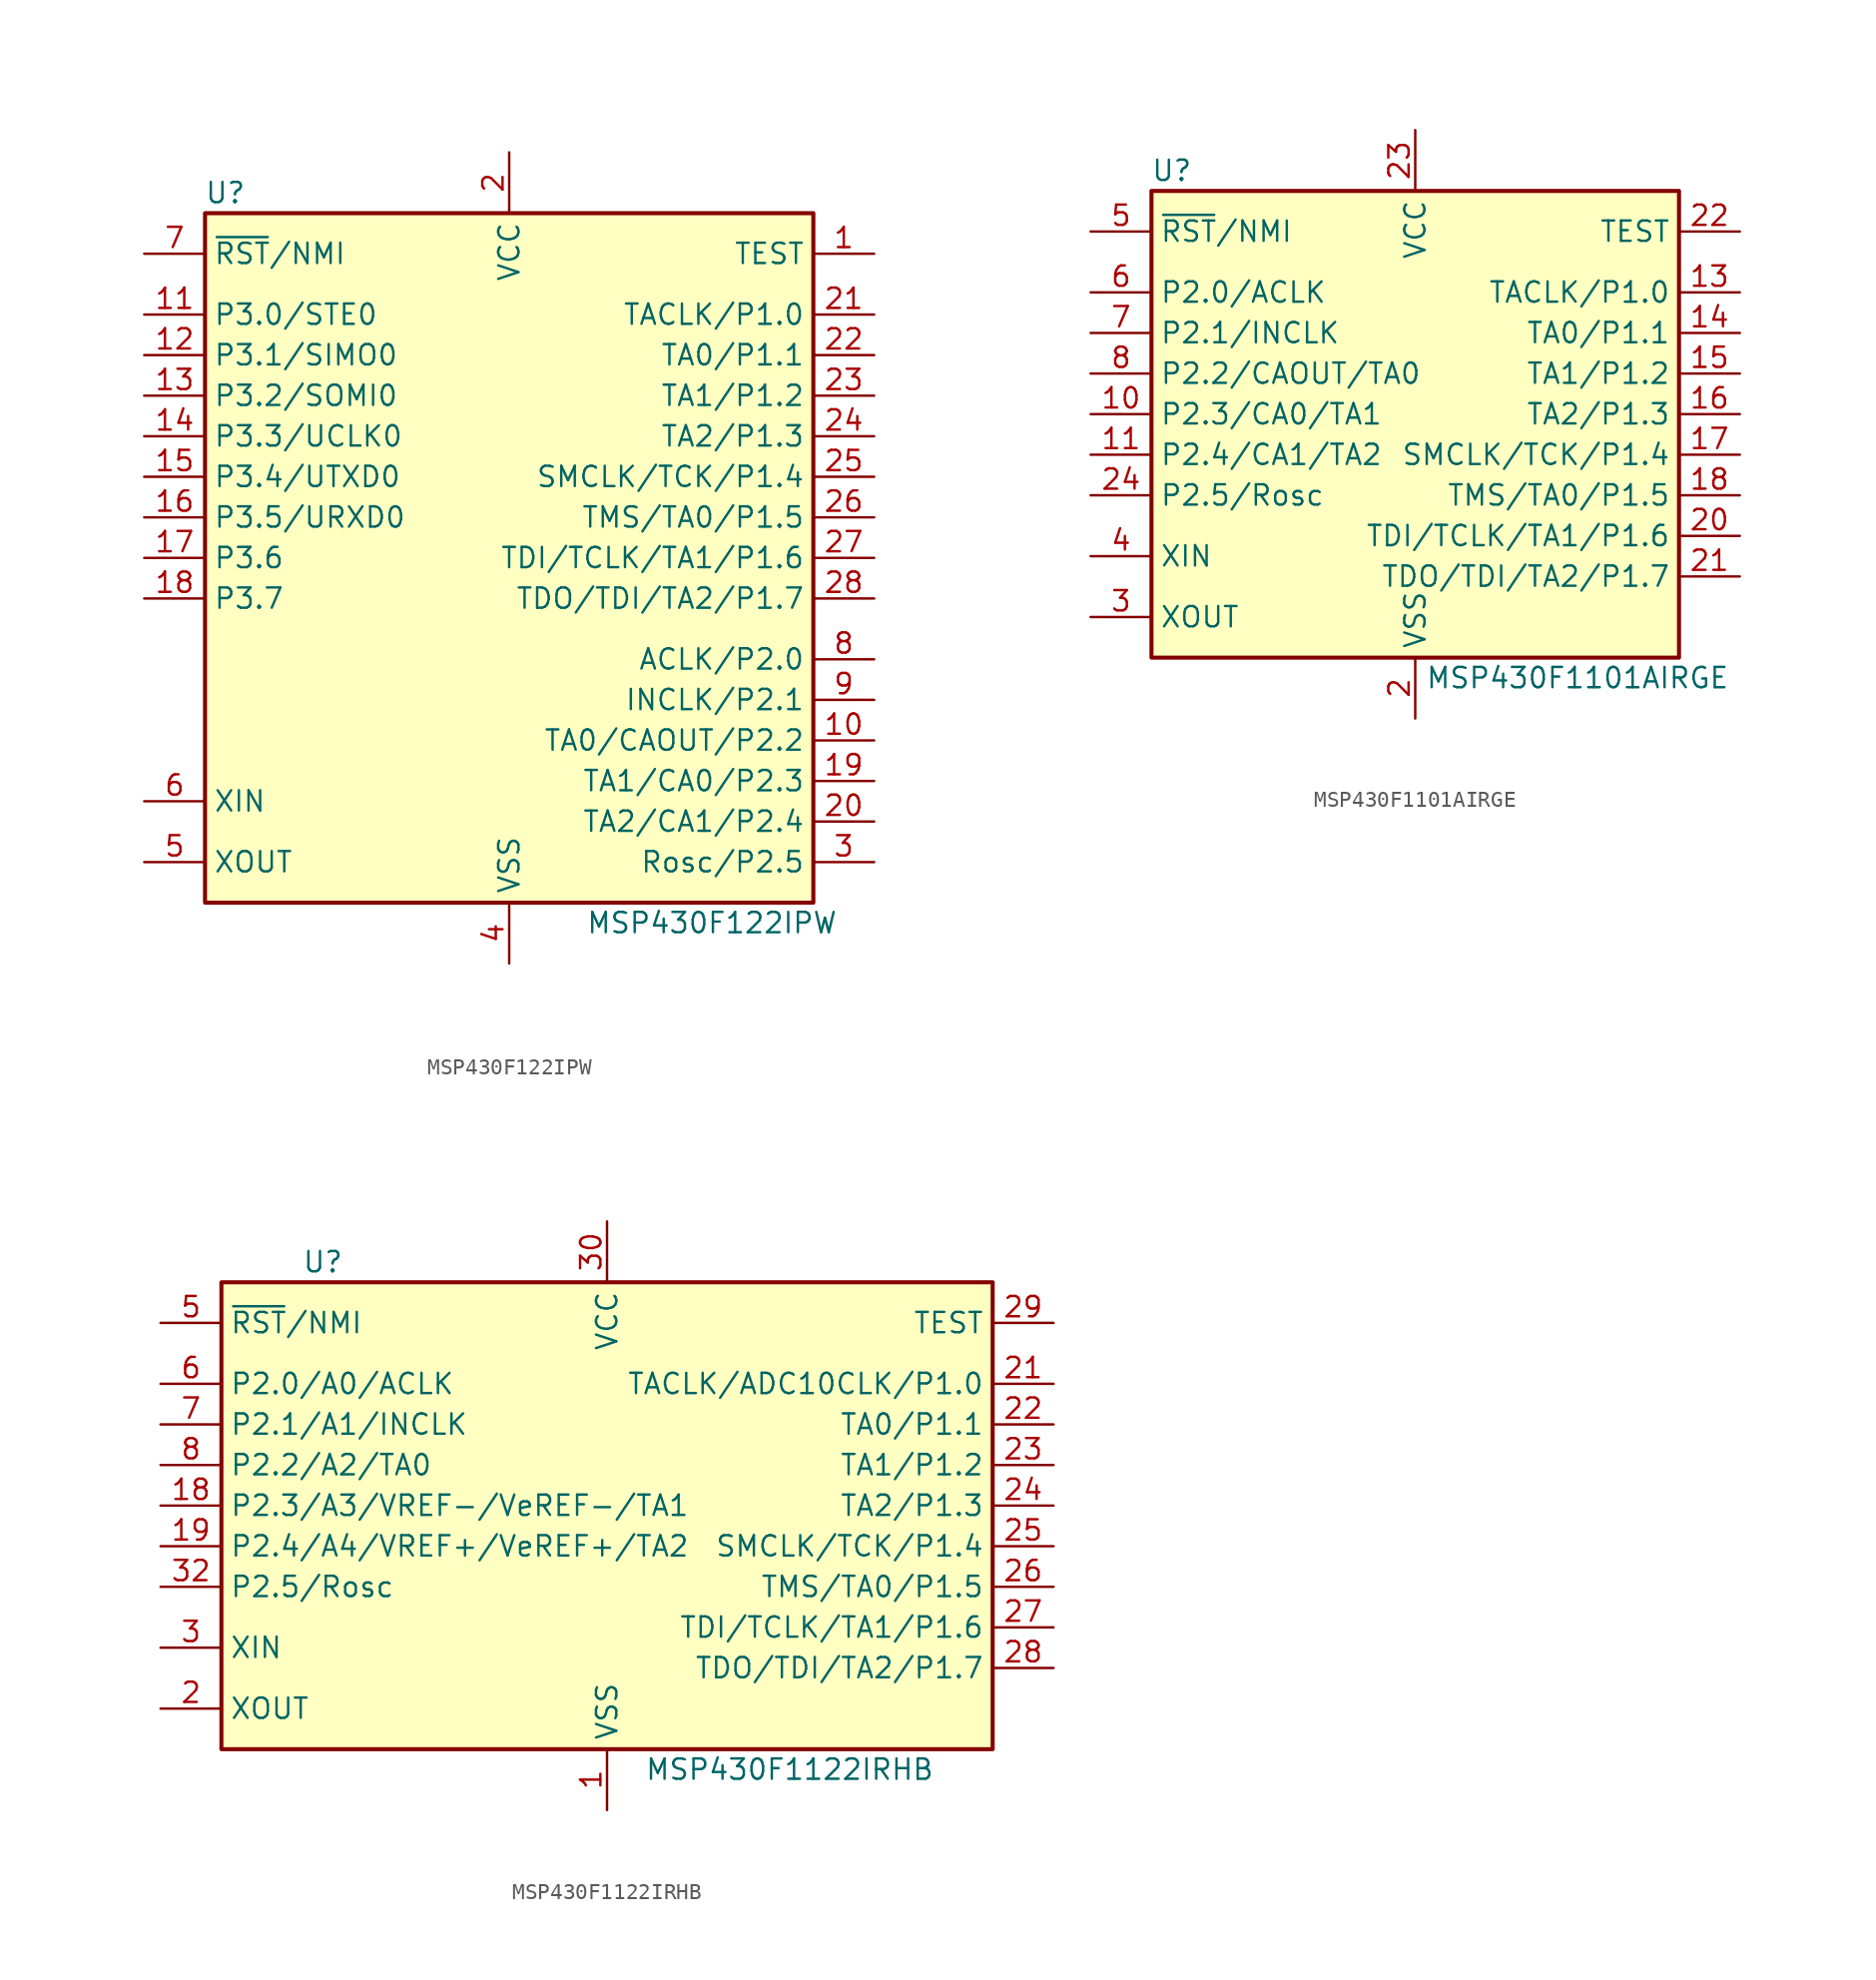
<source format=kicad_sym>
(kicad_symbol_lib
  (version 20211014)
  (generator kicad_symbol_editor)
  (symbol "MSP430F122IPW"
    (property "Reference" "U"
      (at -17.78 22.86 0)
      (effects (font (size 1.27 1.27))))
    (property "Value" "MSP430F122IPW"
      (at 12.7 -22.86 0)
      (effects (font (size 1.27 1.27))))
    (symbol "MSP430F122IPW_0_1"
      (rectangle (start -19.05 21.59) (end 19.05 -21.59) (stroke (width 0.254) (type default) (color 0 0 0 0)) (fill (type background))))
    (symbol "MSP430F122IPW_1_1"
      (pin input line (at 22.86 19.05 180) (length 3.81) (name "TEST" (effects (font (size 1.27 1.27)))) (number "1" (effects (font (size 1.27 1.27)))))
      (pin bidirectional line (at 22.86 -11.43 180) (length 3.81) (name "TA0/CAOUT/P2.2" (effects (font (size 1.27 1.27)))) (number "10" (effects (font (size 1.27 1.27)))))
      (pin bidirectional line (at -22.86 15.24 0) (length 3.81) (name "P3.0/STE0" (effects (font (size 1.27 1.27)))) (number "11" (effects (font (size 1.27 1.27)))))
      (pin bidirectional line (at -22.86 12.7 0) (length 3.81) (name "P3.1/SIMO0" (effects (font (size 1.27 1.27)))) (number "12" (effects (font (size 1.27 1.27)))))
      (pin bidirectional line (at -22.86 10.16 0) (length 3.81) (name "P3.2/SOMI0" (effects (font (size 1.27 1.27)))) (number "13" (effects (font (size 1.27 1.27)))))
      (pin bidirectional line (at -22.86 7.62 0) (length 3.81) (name "P3.3/UCLK0" (effects (font (size 1.27 1.27)))) (number "14" (effects (font (size 1.27 1.27)))))
      (pin bidirectional line (at -22.86 5.08 0) (length 3.81) (name "P3.4/UTXD0" (effects (font (size 1.27 1.27)))) (number "15" (effects (font (size 1.27 1.27)))))
      (pin bidirectional line (at -22.86 2.54 0) (length 3.81) (name "P3.5/URXD0" (effects (font (size 1.27 1.27)))) (number "16" (effects (font (size 1.27 1.27)))))
      (pin bidirectional line (at -22.86 0 0) (length 3.81) (name "P3.6" (effects (font (size 1.27 1.27)))) (number "17" (effects (font (size 1.27 1.27)))))
      (pin bidirectional line (at -22.86 -2.54 0) (length 3.81) (name "P3.7" (effects (font (size 1.27 1.27)))) (number "18" (effects (font (size 1.27 1.27)))))
      (pin bidirectional line (at 22.86 -13.97 180) (length 3.81) (name "TA1/CA0/P2.3" (effects (font (size 1.27 1.27)))) (number "19" (effects (font (size 1.27 1.27)))))
      (pin power_in line (at 0 25.4 270) (length 3.81) (name "VCC" (effects (font (size 1.27 1.27)))) (number "2" (effects (font (size 1.27 1.27)))))
      (pin bidirectional line (at 22.86 -16.51 180) (length 3.81) (name "TA2/CA1/P2.4" (effects (font (size 1.27 1.27)))) (number "20" (effects (font (size 1.27 1.27)))))
      (pin bidirectional line (at 22.86 15.24 180) (length 3.81) (name "TACLK/P1.0" (effects (font (size 1.27 1.27)))) (number "21" (effects (font (size 1.27 1.27)))))
      (pin bidirectional line (at 22.86 12.7 180) (length 3.81) (name "TA0/P1.1" (effects (font (size 1.27 1.27)))) (number "22" (effects (font (size 1.27 1.27)))))
      (pin bidirectional line (at 22.86 10.16 180) (length 3.81) (name "TA1/P1.2" (effects (font (size 1.27 1.27)))) (number "23" (effects (font (size 1.27 1.27)))))
      (pin bidirectional line (at 22.86 7.62 180) (length 3.81) (name "TA2/P1.3" (effects (font (size 1.27 1.27)))) (number "24" (effects (font (size 1.27 1.27)))))
      (pin bidirectional line (at 22.86 5.08 180) (length 3.81) (name "SMCLK/TCK/P1.4" (effects (font (size 1.27 1.27)))) (number "25" (effects (font (size 1.27 1.27)))))
      (pin bidirectional line (at 22.86 2.54 180) (length 3.81) (name "TMS/TA0/P1.5" (effects (font (size 1.27 1.27)))) (number "26" (effects (font (size 1.27 1.27)))))
      (pin bidirectional line (at 22.86 0 180) (length 3.81) (name "TDI/TCLK/TA1/P1.6" (effects (font (size 1.27 1.27)))) (number "27" (effects (font (size 1.27 1.27)))))
      (pin bidirectional line (at 22.86 -2.54 180) (length 3.81) (name "TDO/TDI/TA2/P1.7" (effects (font (size 1.27 1.27)))) (number "28" (effects (font (size 1.27 1.27)))))
      (pin bidirectional line (at 22.86 -19.05 180) (length 3.81) (name "Rosc/P2.5" (effects (font (size 1.27 1.27)))) (number "3" (effects (font (size 1.27 1.27)))))
      (pin power_in line (at 0 -25.4 90) (length 3.81) (name "VSS" (effects (font (size 1.27 1.27)))) (number "4" (effects (font (size 1.27 1.27)))))
      (pin output line (at -22.86 -19.05 0) (length 3.81) (name "XOUT" (effects (font (size 1.27 1.27)))) (number "5" (effects (font (size 1.27 1.27)))))
      (pin input line (at -22.86 -15.24 0) (length 3.81) (name "XIN" (effects (font (size 1.27 1.27)))) (number "6" (effects (font (size 1.27 1.27)))))
      (pin input line (at -22.86 19.05 0) (length 3.81) (name "~{RST}/NMI" (effects (font (size 1.27 1.27)))) (number "7" (effects (font (size 1.27 1.27)))))
      (pin bidirectional line (at 22.86 -6.35 180) (length 3.81) (name "ACLK/P2.0" (effects (font (size 1.27 1.27)))) (number "8" (effects (font (size 1.27 1.27)))))
      (pin bidirectional line (at 22.86 -8.89 180) (length 3.81) (name "INCLK/P2.1" (effects (font (size 1.27 1.27)))) (number "9" (effects (font (size 1.27 1.27)))))))
  (symbol "MSP430F1101AIRGE"
    (property "Reference" "U"
      (at -15.24 15.24 0)
      (effects (font (size 1.27 1.27))))
    (property "Value" "MSP430F1101AIRGE"
      (at 10.16 -16.51 0)
      (effects (font (size 1.27 1.27))))
    (symbol "MSP430F1101AIRGE_0_1"
      (rectangle (start -16.51 13.97) (end 16.51 -15.24) (stroke (width 0.254) (type default) (color 0 0 0 0)) (fill (type background))))
    (symbol "MSP430F1101AIRGE_1_1"
      (pin bidirectional line (at -20.32 0 0) (length 3.81) (name "P2.3/CA0/TA1" (effects (font (size 1.27 1.27)))) (number "10" (effects (font (size 1.27 1.27)))))
      (pin bidirectional line (at -20.32 -2.54 0) (length 3.81) (name "P2.4/CA1/TA2" (effects (font (size 1.27 1.27)))) (number "11" (effects (font (size 1.27 1.27)))))
      (pin bidirectional line (at 20.32 7.62 180) (length 3.81) (name "TACLK/P1.0" (effects (font (size 1.27 1.27)))) (number "13" (effects (font (size 1.27 1.27)))))
      (pin bidirectional line (at 20.32 5.08 180) (length 3.81) (name "TA0/P1.1" (effects (font (size 1.27 1.27)))) (number "14" (effects (font (size 1.27 1.27)))))
      (pin bidirectional line (at 20.32 2.54 180) (length 3.81) (name "TA1/P1.2" (effects (font (size 1.27 1.27)))) (number "15" (effects (font (size 1.27 1.27)))))
      (pin bidirectional line (at 20.32 0 180) (length 3.81) (name "TA2/P1.3" (effects (font (size 1.27 1.27)))) (number "16" (effects (font (size 1.27 1.27)))))
      (pin bidirectional line (at 20.32 -2.54 180) (length 3.81) (name "SMCLK/TCK/P1.4" (effects (font (size 1.27 1.27)))) (number "17" (effects (font (size 1.27 1.27)))))
      (pin bidirectional line (at 20.32 -5.08 180) (length 3.81) (name "TMS/TA0/P1.5" (effects (font (size 1.27 1.27)))) (number "18" (effects (font (size 1.27 1.27)))))
      (pin power_in line (at 0 -19.05 90) (length 3.81) (name "VSS" (effects (font (size 1.27 1.27)))) (number "2" (effects (font (size 1.27 1.27)))))
      (pin bidirectional line (at 20.32 -7.62 180) (length 3.81) (name "TDI/TCLK/TA1/P1.6" (effects (font (size 1.27 1.27)))) (number "20" (effects (font (size 1.27 1.27)))))
      (pin bidirectional line (at 20.32 -10.16 180) (length 3.81) (name "TDO/TDI/TA2/P1.7" (effects (font (size 1.27 1.27)))) (number "21" (effects (font (size 1.27 1.27)))))
      (pin input line (at 20.32 11.43 180) (length 3.81) (name "TEST" (effects (font (size 1.27 1.27)))) (number "22" (effects (font (size 1.27 1.27)))))
      (pin power_in line (at 0 17.78 270) (length 3.81) (name "VCC" (effects (font (size 1.27 1.27)))) (number "23" (effects (font (size 1.27 1.27)))))
      (pin bidirectional line (at -20.32 -5.08 0) (length 3.81) (name "P2.5/Rosc" (effects (font (size 1.27 1.27)))) (number "24" (effects (font (size 1.27 1.27)))))
      (pin output line (at -20.32 -12.7 0) (length 3.81) (name "XOUT" (effects (font (size 1.27 1.27)))) (number "3" (effects (font (size 1.27 1.27)))))
      (pin input line (at -20.32 -8.89 0) (length 3.81) (name "XIN" (effects (font (size 1.27 1.27)))) (number "4" (effects (font (size 1.27 1.27)))))
      (pin input line (at -20.32 11.43 0) (length 3.81) (name "~{RST}/NMI" (effects (font (size 1.27 1.27)))) (number "5" (effects (font (size 1.27 1.27)))))
      (pin bidirectional line (at -20.32 7.62 0) (length 3.81) (name "P2.0/ACLK" (effects (font (size 1.27 1.27)))) (number "6" (effects (font (size 1.27 1.27)))))
      (pin bidirectional line (at -20.32 5.08 0) (length 3.81) (name "P2.1/INCLK" (effects (font (size 1.27 1.27)))) (number "7" (effects (font (size 1.27 1.27)))))
      (pin bidirectional line (at -20.32 2.54 0) (length 3.81) (name "P2.2/CAOUT/TA0" (effects (font (size 1.27 1.27)))) (number "8" (effects (font (size 1.27 1.27)))))))
  (symbol "MSP430F1122IRHB"
    (property "Reference" "U"
      (at -17.78 15.24 0)
      (effects (font (size 1.27 1.27))))
    (property "Value" "MSP430F1122IRHB"
      (at 11.43 -16.51 0)
      (effects (font (size 1.27 1.27))))
    (symbol "MSP430F1122IRHB_0_1"
      (rectangle (start -24.13 13.97) (end 24.13 -15.24) (stroke (width 0.254) (type default) (color 0 0 0 0)) (fill (type background))))
    (symbol "MSP430F1122IRHB_1_1"
      (pin power_in line (at 0 -19.05 90) (length 3.81) (name "VSS" (effects (font (size 1.27 1.27)))) (number "1" (effects (font (size 1.27 1.27)))))
      (pin bidirectional line (at -27.94 0 0) (length 3.81) (name "P2.3/A3/VREF-/VeREF-/TA1" (effects (font (size 1.27 1.27)))) (number "18" (effects (font (size 1.27 1.27)))))
      (pin bidirectional line (at -27.94 -2.54 0) (length 3.81) (name "P2.4/A4/VREF+/VeREF+/TA2" (effects (font (size 1.27 1.27)))) (number "19" (effects (font (size 1.27 1.27)))))
      (pin output line (at -27.94 -12.7 0) (length 3.81) (name "XOUT" (effects (font (size 1.27 1.27)))) (number "2" (effects (font (size 1.27 1.27)))))
      (pin bidirectional line (at 27.94 7.62 180) (length 3.81) (name "TACLK/ADC10CLK/P1.0" (effects (font (size 1.27 1.27)))) (number "21" (effects (font (size 1.27 1.27)))))
      (pin bidirectional line (at 27.94 5.08 180) (length 3.81) (name "TA0/P1.1" (effects (font (size 1.27 1.27)))) (number "22" (effects (font (size 1.27 1.27)))))
      (pin bidirectional line (at 27.94 2.54 180) (length 3.81) (name "TA1/P1.2" (effects (font (size 1.27 1.27)))) (number "23" (effects (font (size 1.27 1.27)))))
      (pin bidirectional line (at 27.94 0 180) (length 3.81) (name "TA2/P1.3" (effects (font (size 1.27 1.27)))) (number "24" (effects (font (size 1.27 1.27)))))
      (pin bidirectional line (at 27.94 -2.54 180) (length 3.81) (name "SMCLK/TCK/P1.4" (effects (font (size 1.27 1.27)))) (number "25" (effects (font (size 1.27 1.27)))))
      (pin bidirectional line (at 27.94 -5.08 180) (length 3.81) (name "TMS/TA0/P1.5" (effects (font (size 1.27 1.27)))) (number "26" (effects (font (size 1.27 1.27)))))
      (pin bidirectional line (at 27.94 -7.62 180) (length 3.81) (name "TDI/TCLK/TA1/P1.6" (effects (font (size 1.27 1.27)))) (number "27" (effects (font (size 1.27 1.27)))))
      (pin bidirectional line (at 27.94 -10.16 180) (length 3.81) (name "TDO/TDI/TA2/P1.7" (effects (font (size 1.27 1.27)))) (number "28" (effects (font (size 1.27 1.27)))))
      (pin input line (at 27.94 11.43 180) (length 3.81) (name "TEST" (effects (font (size 1.27 1.27)))) (number "29" (effects (font (size 1.27 1.27)))))
      (pin input line (at -27.94 -8.89 0) (length 3.81) (name "XIN" (effects (font (size 1.27 1.27)))) (number "3" (effects (font (size 1.27 1.27)))))
      (pin power_in line (at 0 17.78 270) (length 3.81) (name "VCC" (effects (font (size 1.27 1.27)))) (number "30" (effects (font (size 1.27 1.27)))))
      (pin bidirectional line (at -27.94 -5.08 0) (length 3.81) (name "P2.5/Rosc" (effects (font (size 1.27 1.27)))) (number "32" (effects (font (size 1.27 1.27)))))
      (pin input line (at -27.94 11.43 0) (length 3.81) (name "~{RST}/NMI" (effects (font (size 1.27 1.27)))) (number "5" (effects (font (size 1.27 1.27)))))
      (pin bidirectional line (at -27.94 7.62 0) (length 3.81) (name "P2.0/A0/ACLK" (effects (font (size 1.27 1.27)))) (number "6" (effects (font (size 1.27 1.27)))))
      (pin bidirectional line (at -27.94 5.08 0) (length 3.81) (name "P2.1/A1/INCLK" (effects (font (size 1.27 1.27)))) (number "7" (effects (font (size 1.27 1.27)))))
      (pin bidirectional line (at -27.94 2.54 0) (length 3.81) (name "P2.2/A2/TA0" (effects (font (size 1.27 1.27)))) (number "8" (effects (font (size 1.27 1.27))))))))
</source>
